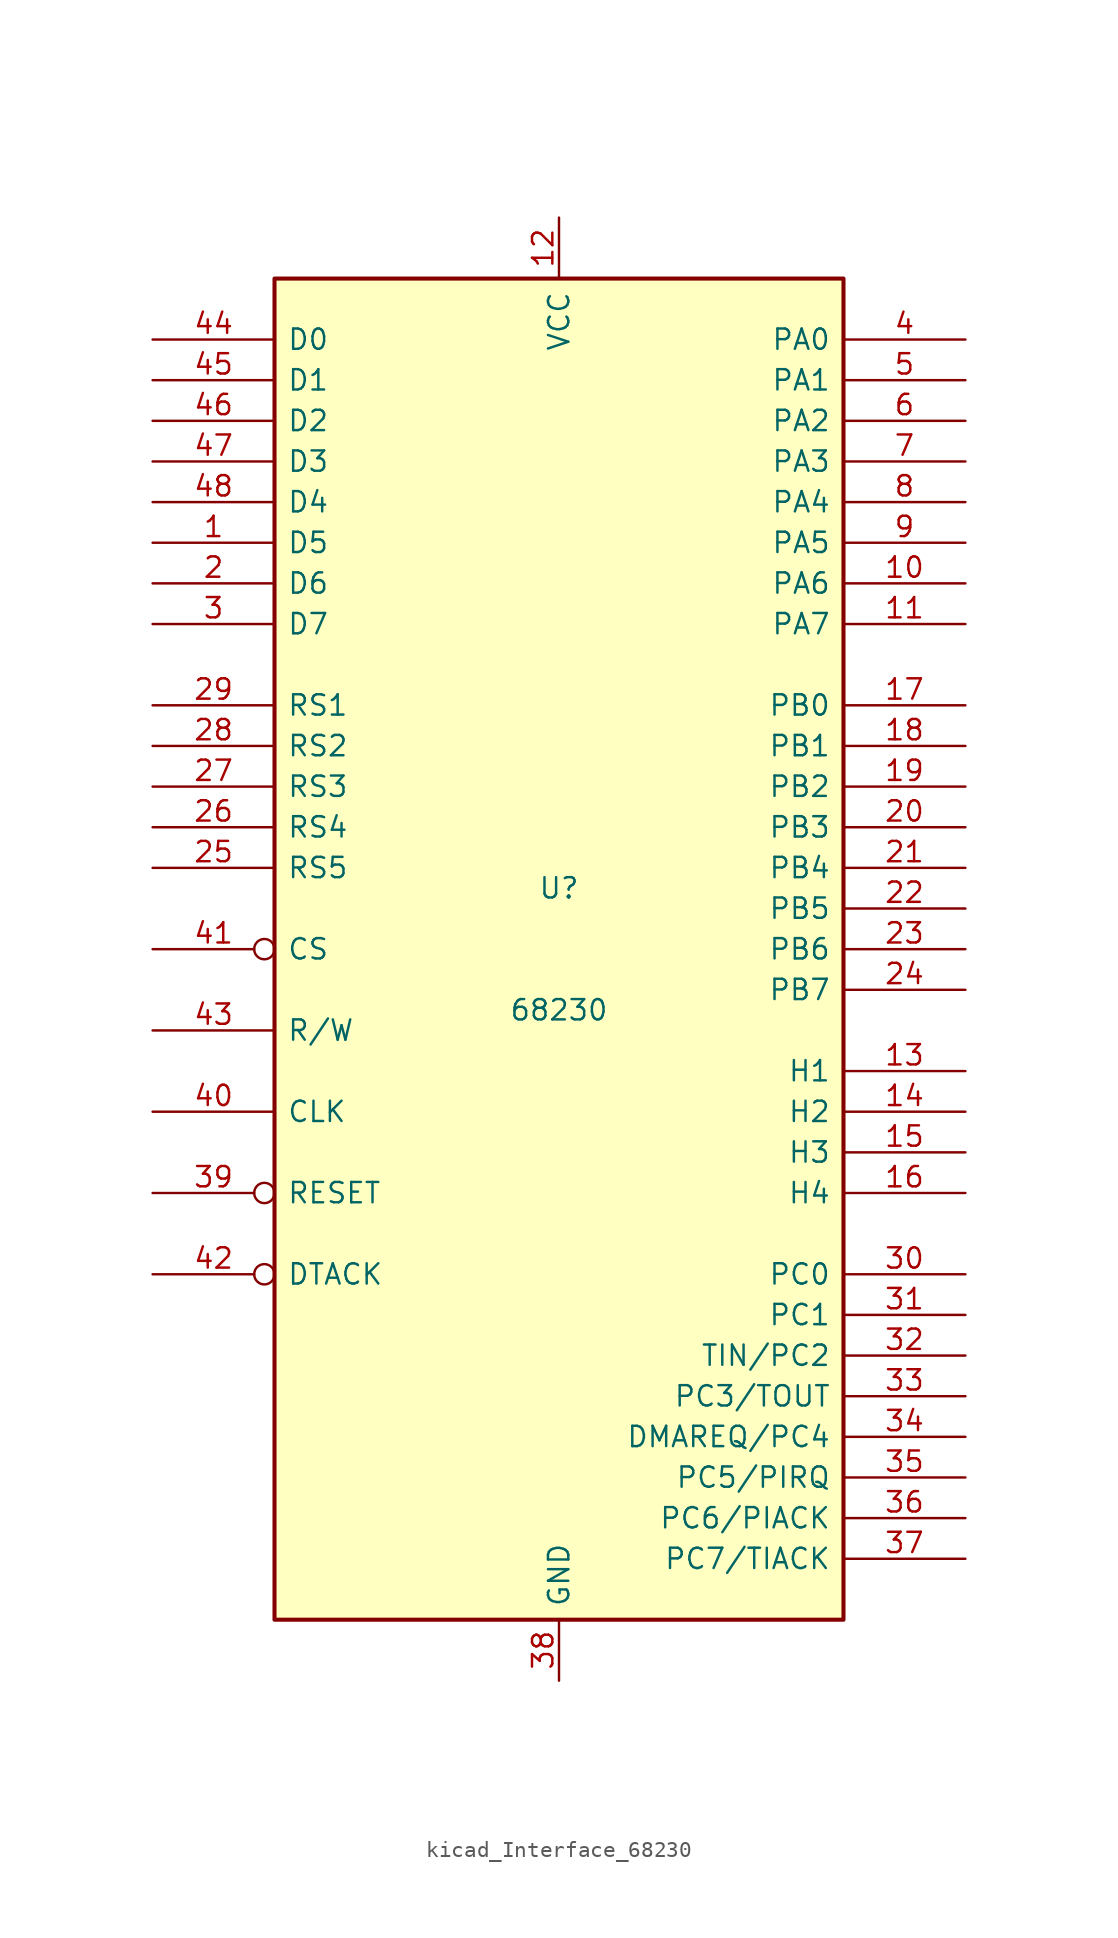
<source format=kicad_sym>
(kicad_symbol_lib
  (version 20220914)
  (generator kicad_symbol_editor)
  (symbol "kicad_Interface_68230"
    (pin_names
      (offset 0.762))
    (property "Reference" "U"
      (at 0 3.81 0)
      (effects (font (size 1.27 1.27))))
    (property "Value" "68230"
      (at 0 -3.81 0)
      (effects (font (size 1.27 1.27))))
    (symbol "kicad_Interface_68230_0_1"
      (rectangle (start -17.78 41.91) (end 17.78 -41.91) (stroke (width 0.254) (type default)) (fill (type background))))
    (symbol "kicad_Interface_68230_1_1"
      (pin tri_state line (at -25.4 25.4 0) (length 7.62) (name "D5" (effects (font (size 1.27 1.27)))) (number "1" (effects (font (size 1.27 1.27)))))
      (pin bidirectional line (at 25.4 22.86 180) (length 7.62) (name "PA6" (effects (font (size 1.27 1.27)))) (number "10" (effects (font (size 1.27 1.27)))))
      (pin bidirectional line (at 25.4 20.32 180) (length 7.62) (name "PA7" (effects (font (size 1.27 1.27)))) (number "11" (effects (font (size 1.27 1.27)))))
      (pin power_in line (at 0 45.72 270) (length 3.81) (name "VCC" (effects (font (size 1.27 1.27)))) (number "12" (effects (font (size 1.27 1.27)))))
      (pin input line (at 25.4 -7.62 180) (length 7.62) (name "H1" (effects (font (size 1.27 1.27)))) (number "13" (effects (font (size 1.27 1.27)))))
      (pin bidirectional line (at 25.4 -10.16 180) (length 7.62) (name "H2" (effects (font (size 1.27 1.27)))) (number "14" (effects (font (size 1.27 1.27)))))
      (pin input line (at 25.4 -12.7 180) (length 7.62) (name "H3" (effects (font (size 1.27 1.27)))) (number "15" (effects (font (size 1.27 1.27)))))
      (pin bidirectional line (at 25.4 -15.24 180) (length 7.62) (name "H4" (effects (font (size 1.27 1.27)))) (number "16" (effects (font (size 1.27 1.27)))))
      (pin bidirectional line (at 25.4 15.24 180) (length 7.62) (name "PB0" (effects (font (size 1.27 1.27)))) (number "17" (effects (font (size 1.27 1.27)))))
      (pin bidirectional line (at 25.4 12.7 180) (length 7.62) (name "PB1" (effects (font (size 1.27 1.27)))) (number "18" (effects (font (size 1.27 1.27)))))
      (pin bidirectional line (at 25.4 10.16 180) (length 7.62) (name "PB2" (effects (font (size 1.27 1.27)))) (number "19" (effects (font (size 1.27 1.27)))))
      (pin tri_state line (at -25.4 22.86 0) (length 7.62) (name "D6" (effects (font (size 1.27 1.27)))) (number "2" (effects (font (size 1.27 1.27)))))
      (pin bidirectional line (at 25.4 7.62 180) (length 7.62) (name "PB3" (effects (font (size 1.27 1.27)))) (number "20" (effects (font (size 1.27 1.27)))))
      (pin bidirectional line (at 25.4 5.08 180) (length 7.62) (name "PB4" (effects (font (size 1.27 1.27)))) (number "21" (effects (font (size 1.27 1.27)))))
      (pin bidirectional line (at 25.4 2.54 180) (length 7.62) (name "PB5" (effects (font (size 1.27 1.27)))) (number "22" (effects (font (size 1.27 1.27)))))
      (pin bidirectional line (at 25.4 0 180) (length 7.62) (name "PB6" (effects (font (size 1.27 1.27)))) (number "23" (effects (font (size 1.27 1.27)))))
      (pin bidirectional line (at 25.4 -2.54 180) (length 7.62) (name "PB7" (effects (font (size 1.27 1.27)))) (number "24" (effects (font (size 1.27 1.27)))))
      (pin input line (at -25.4 5.08 0) (length 7.62) (name "RS5" (effects (font (size 1.27 1.27)))) (number "25" (effects (font (size 1.27 1.27)))))
      (pin input line (at -25.4 7.62 0) (length 7.62) (name "RS4" (effects (font (size 1.27 1.27)))) (number "26" (effects (font (size 1.27 1.27)))))
      (pin input line (at -25.4 10.16 0) (length 7.62) (name "RS3" (effects (font (size 1.27 1.27)))) (number "27" (effects (font (size 1.27 1.27)))))
      (pin input line (at -25.4 12.7 0) (length 7.62) (name "RS2" (effects (font (size 1.27 1.27)))) (number "28" (effects (font (size 1.27 1.27)))))
      (pin input line (at -25.4 15.24 0) (length 7.62) (name "RS1" (effects (font (size 1.27 1.27)))) (number "29" (effects (font (size 1.27 1.27)))))
      (pin tri_state line (at -25.4 20.32 0) (length 7.62) (name "D7" (effects (font (size 1.27 1.27)))) (number "3" (effects (font (size 1.27 1.27)))))
      (pin bidirectional line (at 25.4 -20.32 180) (length 7.62) (name "PC0" (effects (font (size 1.27 1.27)))) (number "30" (effects (font (size 1.27 1.27)))))
      (pin bidirectional line (at 25.4 -22.86 180) (length 7.62) (name "PC1" (effects (font (size 1.27 1.27)))) (number "31" (effects (font (size 1.27 1.27)))))
      (pin bidirectional line (at 25.4 -25.4 180) (length 7.62) (name "TIN/PC2" (effects (font (size 1.27 1.27)))) (number "32" (effects (font (size 1.27 1.27)))))
      (pin bidirectional line (at 25.4 -27.94 180) (length 7.62) (name "PC3/TOUT" (effects (font (size 1.27 1.27)))) (number "33" (effects (font (size 1.27 1.27)))))
      (pin bidirectional line (at 25.4 -30.48 180) (length 7.62) (name "DMAREQ/PC4" (effects (font (size 1.27 1.27)))) (number "34" (effects (font (size 1.27 1.27)))))
      (pin bidirectional line (at 25.4 -33.02 180) (length 7.62) (name "PC5/PIRQ" (effects (font (size 1.27 1.27)))) (number "35" (effects (font (size 1.27 1.27)))))
      (pin bidirectional line (at 25.4 -35.56 180) (length 7.62) (name "PC6/PIACK" (effects (font (size 1.27 1.27)))) (number "36" (effects (font (size 1.27 1.27)))))
      (pin bidirectional line (at 25.4 -38.1 180) (length 7.62) (name "PC7/TIACK" (effects (font (size 1.27 1.27)))) (number "37" (effects (font (size 1.27 1.27)))))
      (pin power_in line (at 0 -45.72 90) (length 3.81) (name "GND" (effects (font (size 1.27 1.27)))) (number "38" (effects (font (size 1.27 1.27)))))
      (pin input inverted (at -25.4 -15.24 0) (length 7.62) (name "RESET" (effects (font (size 1.27 1.27)))) (number "39" (effects (font (size 1.27 1.27)))))
      (pin bidirectional line (at 25.4 38.1 180) (length 7.62) (name "PA0" (effects (font (size 1.27 1.27)))) (number "4" (effects (font (size 1.27 1.27)))))
      (pin input line (at -25.4 -10.16 0) (length 7.62) (name "CLK" (effects (font (size 1.27 1.27)))) (number "40" (effects (font (size 1.27 1.27)))))
      (pin input inverted (at -25.4 0 0) (length 7.62) (name "CS" (effects (font (size 1.27 1.27)))) (number "41" (effects (font (size 1.27 1.27)))))
      (pin open_collector inverted (at -25.4 -20.32 0) (length 7.62) (name "DTACK" (effects (font (size 1.27 1.27)))) (number "42" (effects (font (size 1.27 1.27)))))
      (pin input line (at -25.4 -5.08 0) (length 7.62) (name "R/W" (effects (font (size 1.27 1.27)))) (number "43" (effects (font (size 1.27 1.27)))))
      (pin tri_state line (at -25.4 38.1 0) (length 7.62) (name "D0" (effects (font (size 1.27 1.27)))) (number "44" (effects (font (size 1.27 1.27)))))
      (pin tri_state line (at -25.4 35.56 0) (length 7.62) (name "D1" (effects (font (size 1.27 1.27)))) (number "45" (effects (font (size 1.27 1.27)))))
      (pin tri_state line (at -25.4 33.02 0) (length 7.62) (name "D2" (effects (font (size 1.27 1.27)))) (number "46" (effects (font (size 1.27 1.27)))))
      (pin tri_state line (at -25.4 30.48 0) (length 7.62) (name "D3" (effects (font (size 1.27 1.27)))) (number "47" (effects (font (size 1.27 1.27)))))
      (pin tri_state line (at -25.4 27.94 0) (length 7.62) (name "D4" (effects (font (size 1.27 1.27)))) (number "48" (effects (font (size 1.27 1.27)))))
      (pin bidirectional line (at 25.4 35.56 180) (length 7.62) (name "PA1" (effects (font (size 1.27 1.27)))) (number "5" (effects (font (size 1.27 1.27)))))
      (pin bidirectional line (at 25.4 33.02 180) (length 7.62) (name "PA2" (effects (font (size 1.27 1.27)))) (number "6" (effects (font (size 1.27 1.27)))))
      (pin bidirectional line (at 25.4 30.48 180) (length 7.62) (name "PA3" (effects (font (size 1.27 1.27)))) (number "7" (effects (font (size 1.27 1.27)))))
      (pin bidirectional line (at 25.4 27.94 180) (length 7.62) (name "PA4" (effects (font (size 1.27 1.27)))) (number "8" (effects (font (size 1.27 1.27)))))
      (pin bidirectional line (at 25.4 25.4 180) (length 7.62) (name "PA5" (effects (font (size 1.27 1.27)))) (number "9" (effects (font (size 1.27 1.27))))))))
</source>
